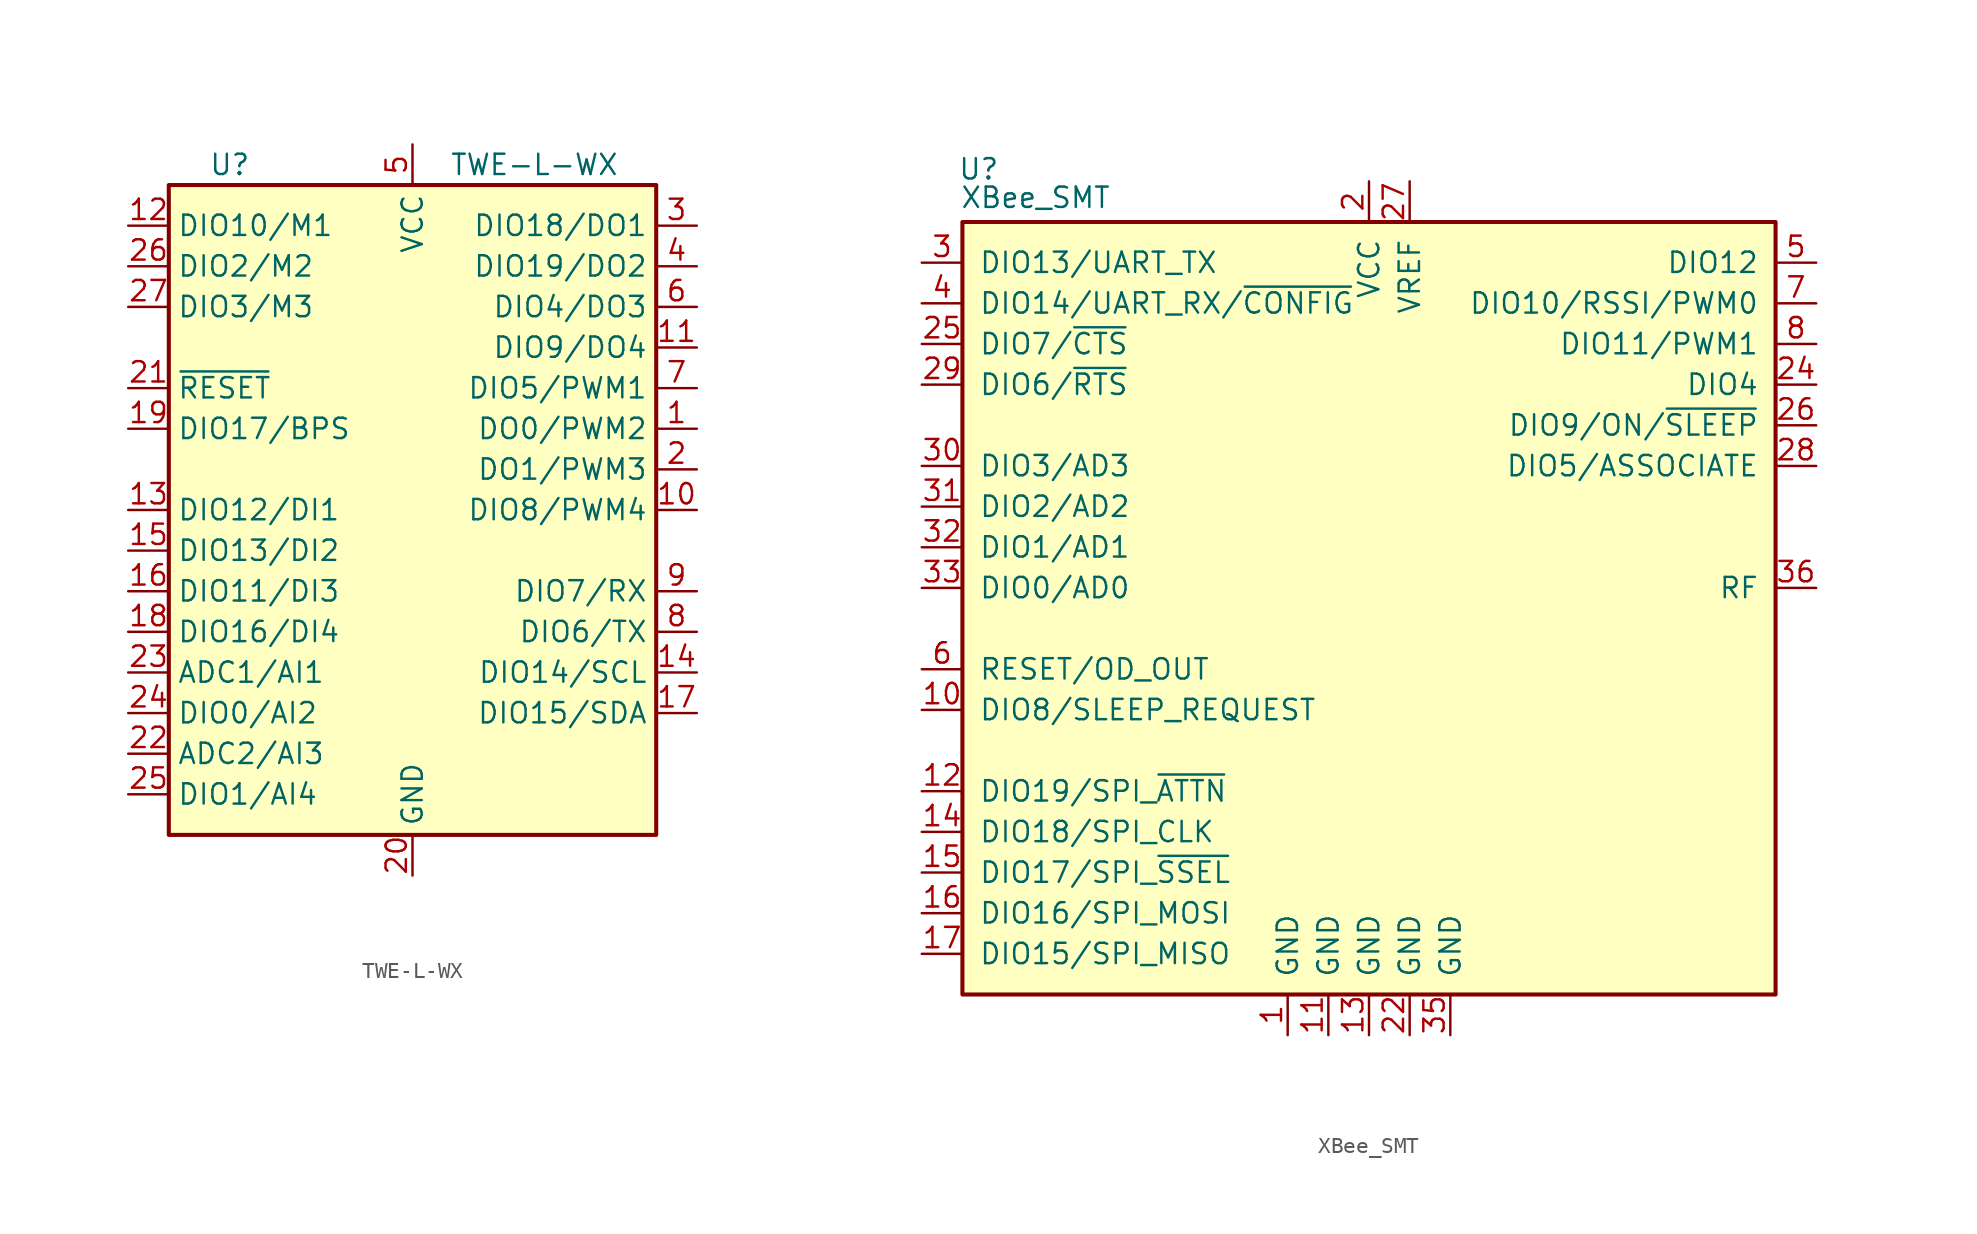
<source format=kicad_sym>
(kicad_symbol_lib
  (version 20201005)
  (generator kicad_symbol_editor)
  (symbol "RF_ZigBee:TWE-L-WX"
    (property "Reference" "U"
      (at -11.43 21.59 0)
      (effects (font (size 1.27 1.27))))
    (property "Value" "TWE-L-WX"
      (at 7.62 21.59 0)
      (effects (font (size 1.27 1.27))))
    (symbol "TWE-L-WX_1_0"
      (rectangle (start -15.24 -20.32) (end 15.24 20.32) (stroke (width 0.254)) (fill (type background))))
    (symbol "TWE-L-WX_1_1"
      (pin output line (at 17.78 5.08 180) (length 2.54) (name "DO0/PWM2" (effects (font (size 1.27 1.27)))) (number "1" (effects (font (size 1.27 1.27)))))
      (pin bidirectional line (at 17.78 0 180) (length 2.54) (name "DIO8/PWM4" (effects (font (size 1.27 1.27)))) (number "10" (effects (font (size 1.27 1.27)))))
      (pin bidirectional line (at 17.78 10.16 180) (length 2.54) (name "DIO9/DO4" (effects (font (size 1.27 1.27)))) (number "11" (effects (font (size 1.27 1.27)))))
      (pin bidirectional line (at -17.78 17.78 0) (length 2.54) (name "DIO10/M1" (effects (font (size 1.27 1.27)))) (number "12" (effects (font (size 1.27 1.27)))))
      (pin bidirectional line (at -17.78 0 0) (length 2.54) (name "DIO12/DI1" (effects (font (size 1.27 1.27)))) (number "13" (effects (font (size 1.27 1.27)))))
      (pin bidirectional line (at 17.78 -10.16 180) (length 2.54) (name "DIO14/SCL" (effects (font (size 1.27 1.27)))) (number "14" (effects (font (size 1.27 1.27)))))
      (pin bidirectional line (at -17.78 -2.54 0) (length 2.54) (name "DIO13/DI2" (effects (font (size 1.27 1.27)))) (number "15" (effects (font (size 1.27 1.27)))))
      (pin bidirectional line (at -17.78 -5.08 0) (length 2.54) (name "DIO11/DI3" (effects (font (size 1.27 1.27)))) (number "16" (effects (font (size 1.27 1.27)))))
      (pin bidirectional line (at 17.78 -12.7 180) (length 2.54) (name "DIO15/SDA" (effects (font (size 1.27 1.27)))) (number "17" (effects (font (size 1.27 1.27)))))
      (pin bidirectional line (at -17.78 -7.62 0) (length 2.54) (name "DIO16/DI4" (effects (font (size 1.27 1.27)))) (number "18" (effects (font (size 1.27 1.27)))))
      (pin bidirectional line (at -17.78 5.08 0) (length 2.54) (name "DIO17/BPS" (effects (font (size 1.27 1.27)))) (number "19" (effects (font (size 1.27 1.27)))))
      (pin bidirectional line (at 17.78 2.54 180) (length 2.54) (name "DO1/PWM3" (effects (font (size 1.27 1.27)))) (number "2" (effects (font (size 1.27 1.27)))))
      (pin power_in line (at 0 -22.86 90) (length 2.54) (name "GND" (effects (font (size 1.27 1.27)))) (number "20" (effects (font (size 1.27 1.27)))))
      (pin input line (at -17.78 7.62 0) (length 2.54) (name "~RESET" (effects (font (size 1.27 1.27)))) (number "21" (effects (font (size 1.27 1.27)))))
      (pin input line (at -17.78 -15.24 0) (length 2.54) (name "ADC2/AI3" (effects (font (size 1.27 1.27)))) (number "22" (effects (font (size 1.27 1.27)))))
      (pin input line (at -17.78 -10.16 0) (length 2.54) (name "ADC1/AI1" (effects (font (size 1.27 1.27)))) (number "23" (effects (font (size 1.27 1.27)))))
      (pin bidirectional line (at -17.78 -12.7 0) (length 2.54) (name "DIO0/AI2" (effects (font (size 1.27 1.27)))) (number "24" (effects (font (size 1.27 1.27)))))
      (pin bidirectional line (at -17.78 -17.78 0) (length 2.54) (name "DIO1/AI4" (effects (font (size 1.27 1.27)))) (number "25" (effects (font (size 1.27 1.27)))))
      (pin bidirectional line (at -17.78 15.24 0) (length 2.54) (name "DIO2/M2" (effects (font (size 1.27 1.27)))) (number "26" (effects (font (size 1.27 1.27)))))
      (pin bidirectional line (at -17.78 12.7 0) (length 2.54) (name "DIO3/M3" (effects (font (size 1.27 1.27)))) (number "27" (effects (font (size 1.27 1.27)))))
      (pin passive line (at 0 -22.86 90) (length 2.54) hide (name "GND" (effects (font (size 1.27 1.27)))) (number "28" (effects (font (size 1.27 1.27)))))
      (pin no_connect line (at 15.24 -17.78 180) (length 2.54) hide (name "NC" (effects (font (size 1.27 1.27)))) (number "29" (effects (font (size 1.27 1.27)))))
      (pin bidirectional line (at 17.78 17.78 180) (length 2.54) (name "DIO18/DO1" (effects (font (size 1.27 1.27)))) (number "3" (effects (font (size 1.27 1.27)))))
      (pin passive line (at 0 -22.86 90) (length 2.54) hide (name "GND" (effects (font (size 1.27 1.27)))) (number "30" (effects (font (size 1.27 1.27)))))
      (pin passive line (at 0 -22.86 90) (length 2.54) hide (name "GND" (effects (font (size 1.27 1.27)))) (number "31" (effects (font (size 1.27 1.27)))))
      (pin passive line (at 0 -22.86 90) (length 2.54) hide (name "GND" (effects (font (size 1.27 1.27)))) (number "32" (effects (font (size 1.27 1.27)))))
      (pin bidirectional line (at 17.78 15.24 180) (length 2.54) (name "DIO19/DO2" (effects (font (size 1.27 1.27)))) (number "4" (effects (font (size 1.27 1.27)))))
      (pin power_in line (at 0 22.86 270) (length 2.54) (name "VCC" (effects (font (size 1.27 1.27)))) (number "5" (effects (font (size 1.27 1.27)))))
      (pin bidirectional line (at 17.78 12.7 180) (length 2.54) (name "DIO4/DO3" (effects (font (size 1.27 1.27)))) (number "6" (effects (font (size 1.27 1.27)))))
      (pin bidirectional line (at 17.78 7.62 180) (length 2.54) (name "DIO5/PWM1" (effects (font (size 1.27 1.27)))) (number "7" (effects (font (size 1.27 1.27)))))
      (pin bidirectional line (at 17.78 -7.62 180) (length 2.54) (name "DIO6/TX" (effects (font (size 1.27 1.27)))) (number "8" (effects (font (size 1.27 1.27)))))
      (pin bidirectional line (at 17.78 -5.08 180) (length 2.54) (name "DIO7/RX" (effects (font (size 1.27 1.27)))) (number "9" (effects (font (size 1.27 1.27)))))))
  (symbol "RF_ZigBee:XBee_SMT"
    (pin_names
      (offset 1.016))
    (property "Reference" "U"
      (at -24.384 26.162 0)
      (effects (font (size 1.27 1.27))))
    (property "Value" "XBee_SMT"
      (at -20.828 24.384 0)
      (effects (font (size 1.27 1.27))))
    (symbol "XBee_SMT_0_1"
      (rectangle (start -25.4 22.86) (end 25.4 -25.4) (stroke (width 0.254)) (fill (type background))))
    (symbol "XBee_SMT_1_1"
      (pin power_in line (at -5.08 -27.94 90) (length 2.54) (name "GND" (effects (font (size 1.27 1.27)))) (number "1" (effects (font (size 1.27 1.27)))))
      (pin bidirectional line (at -27.94 -7.62 0) (length 2.54) (name "DIO8/SLEEP_REQUEST" (effects (font (size 1.27 1.27)))) (number "10" (effects (font (size 1.27 1.27)))))
      (pin power_in line (at -2.54 -27.94 90) (length 2.54) (name "GND" (effects (font (size 1.27 1.27)))) (number "11" (effects (font (size 1.27 1.27)))))
      (pin output line (at -27.94 -12.7 0) (length 2.54) (name "DIO19/SPI_~ATTN" (effects (font (size 1.27 1.27)))) (number "12" (effects (font (size 1.27 1.27)))))
      (pin power_in line (at 0 -27.94 90) (length 2.54) (name "GND" (effects (font (size 1.27 1.27)))) (number "13" (effects (font (size 1.27 1.27)))))
      (pin input line (at -27.94 -15.24 0) (length 2.54) (name "DIO18/SPI_CLK" (effects (font (size 1.27 1.27)))) (number "14" (effects (font (size 1.27 1.27)))))
      (pin input line (at -27.94 -17.78 0) (length 2.54) (name "DIO17/SPI_~SSEL" (effects (font (size 1.27 1.27)))) (number "15" (effects (font (size 1.27 1.27)))))
      (pin input line (at -27.94 -20.32 0) (length 2.54) (name "DIO16/SPI_MOSI" (effects (font (size 1.27 1.27)))) (number "16" (effects (font (size 1.27 1.27)))))
      (pin output line (at -27.94 -22.86 0) (length 2.54) (name "DIO15/SPI_MISO" (effects (font (size 1.27 1.27)))) (number "17" (effects (font (size 1.27 1.27)))))
      (pin no_connect line (at 25.4 -20.32 180) (length 2.54) hide (name "NC" (effects (font (size 1.27 1.27)))) (number "18" (effects (font (size 1.27 1.27)))))
      (pin no_connect line (at 25.4 -17.78 180) (length 2.54) hide (name "NC" (effects (font (size 1.27 1.27)))) (number "19" (effects (font (size 1.27 1.27)))))
      (pin power_in line (at 0 25.4 270) (length 2.54) (name "VCC" (effects (font (size 1.27 1.27)))) (number "2" (effects (font (size 1.27 1.27)))))
      (pin no_connect line (at 25.4 -15.24 180) (length 2.54) hide (name "NC" (effects (font (size 1.27 1.27)))) (number "20" (effects (font (size 1.27 1.27)))))
      (pin no_connect line (at 25.4 -12.7 180) (length 2.54) hide (name "NC" (effects (font (size 1.27 1.27)))) (number "21" (effects (font (size 1.27 1.27)))))
      (pin power_in line (at 2.54 -27.94 90) (length 2.54) (name "GND" (effects (font (size 1.27 1.27)))) (number "22" (effects (font (size 1.27 1.27)))))
      (pin no_connect line (at 25.4 -10.16 180) (length 2.54) hide (name "NC" (effects (font (size 1.27 1.27)))) (number "23" (effects (font (size 1.27 1.27)))))
      (pin bidirectional line (at 27.94 12.7 180) (length 2.54) (name "DIO4" (effects (font (size 1.27 1.27)))) (number "24" (effects (font (size 1.27 1.27)))))
      (pin bidirectional line (at -27.94 15.24 0) (length 2.54) (name "DIO7/~CTS" (effects (font (size 1.27 1.27)))) (number "25" (effects (font (size 1.27 1.27)))))
      (pin bidirectional line (at 27.94 10.16 180) (length 2.54) (name "DIO9/ON/~SLEEP" (effects (font (size 1.27 1.27)))) (number "26" (effects (font (size 1.27 1.27)))))
      (pin input line (at 2.54 25.4 270) (length 2.54) (name "VREF" (effects (font (size 1.27 1.27)))) (number "27" (effects (font (size 1.27 1.27)))))
      (pin bidirectional line (at 27.94 7.62 180) (length 2.54) (name "DIO5/ASSOCIATE" (effects (font (size 1.27 1.27)))) (number "28" (effects (font (size 1.27 1.27)))))
      (pin bidirectional line (at -27.94 12.7 0) (length 2.54) (name "DIO6/~RTS" (effects (font (size 1.27 1.27)))) (number "29" (effects (font (size 1.27 1.27)))))
      (pin bidirectional line (at -27.94 20.32 0) (length 2.54) (name "DIO13/UART_TX" (effects (font (size 1.27 1.27)))) (number "3" (effects (font (size 1.27 1.27)))))
      (pin bidirectional line (at -27.94 7.62 0) (length 2.54) (name "DIO3/AD3" (effects (font (size 1.27 1.27)))) (number "30" (effects (font (size 1.27 1.27)))))
      (pin bidirectional line (at -27.94 5.08 0) (length 2.54) (name "DIO2/AD2" (effects (font (size 1.27 1.27)))) (number "31" (effects (font (size 1.27 1.27)))))
      (pin bidirectional line (at -27.94 2.54 0) (length 2.54) (name "DIO1/AD1" (effects (font (size 1.27 1.27)))) (number "32" (effects (font (size 1.27 1.27)))))
      (pin bidirectional line (at -27.94 0 0) (length 2.54) (name "DIO0/AD0" (effects (font (size 1.27 1.27)))) (number "33" (effects (font (size 1.27 1.27)))))
      (pin no_connect line (at 25.4 -7.62 180) (length 2.54) hide (name "NC" (effects (font (size 1.27 1.27)))) (number "34" (effects (font (size 1.27 1.27)))))
      (pin power_in line (at 5.08 -27.94 90) (length 2.54) (name "GND" (effects (font (size 1.27 1.27)))) (number "35" (effects (font (size 1.27 1.27)))))
      (pin bidirectional line (at 27.94 0 180) (length 2.54) (name "RF" (effects (font (size 1.27 1.27)))) (number "36" (effects (font (size 1.27 1.27)))))
      (pin no_connect line (at 25.4 -5.08 180) (length 2.54) hide (name "NC" (effects (font (size 1.27 1.27)))) (number "37" (effects (font (size 1.27 1.27)))))
      (pin bidirectional line (at -27.94 17.78 0) (length 2.54) (name "DIO14/UART_RX/~CONFIG" (effects (font (size 1.27 1.27)))) (number "4" (effects (font (size 1.27 1.27)))))
      (pin bidirectional line (at 27.94 20.32 180) (length 2.54) (name "DIO12" (effects (font (size 1.27 1.27)))) (number "5" (effects (font (size 1.27 1.27)))))
      (pin bidirectional line (at -27.94 -5.08 0) (length 2.54) (name "RESET/OD_OUT" (effects (font (size 1.27 1.27)))) (number "6" (effects (font (size 1.27 1.27)))))
      (pin bidirectional line (at 27.94 17.78 180) (length 2.54) (name "DIO10/RSSI/PWM0" (effects (font (size 1.27 1.27)))) (number "7" (effects (font (size 1.27 1.27)))))
      (pin bidirectional line (at 27.94 15.24 180) (length 2.54) (name "DIO11/PWM1" (effects (font (size 1.27 1.27)))) (number "8" (effects (font (size 1.27 1.27)))))
      (pin no_connect line (at 25.4 -22.86 180) (length 2.54) hide (name "NC" (effects (font (size 1.27 1.27)))) (number "9" (effects (font (size 1.27 1.27))))))))
</source>
